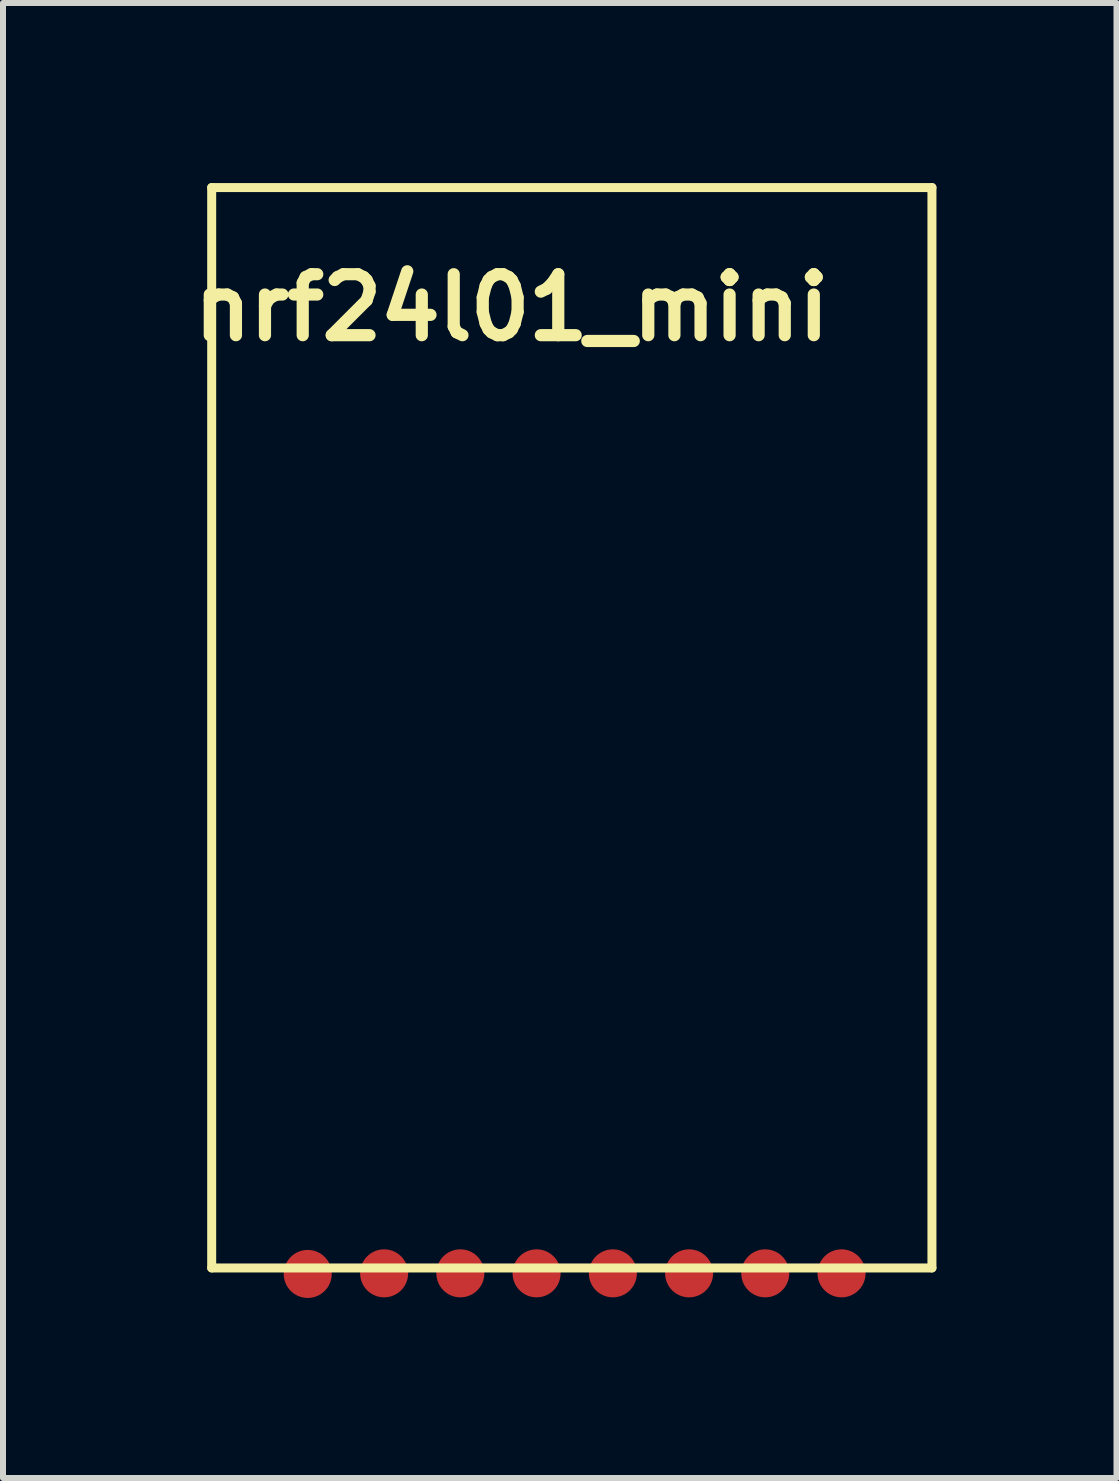
<source format=kicad_pcb>
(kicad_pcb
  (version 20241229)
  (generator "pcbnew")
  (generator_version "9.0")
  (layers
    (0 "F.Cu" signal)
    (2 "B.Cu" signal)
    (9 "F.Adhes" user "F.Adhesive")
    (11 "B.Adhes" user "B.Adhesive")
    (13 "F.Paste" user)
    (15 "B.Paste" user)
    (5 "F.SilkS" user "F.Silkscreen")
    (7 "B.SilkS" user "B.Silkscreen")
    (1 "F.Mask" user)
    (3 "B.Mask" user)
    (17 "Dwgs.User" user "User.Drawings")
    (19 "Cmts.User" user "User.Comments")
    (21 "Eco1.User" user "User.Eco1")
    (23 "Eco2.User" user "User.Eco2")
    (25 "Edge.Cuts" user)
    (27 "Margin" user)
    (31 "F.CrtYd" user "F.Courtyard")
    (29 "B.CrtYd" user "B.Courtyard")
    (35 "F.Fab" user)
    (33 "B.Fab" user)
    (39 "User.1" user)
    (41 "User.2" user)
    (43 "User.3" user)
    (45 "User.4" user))
  (footprint "nrf24l01_mini"
    (layer "F.Cu")
    (at 4.777 9.075)
    (property "Reference" "nrf24l01_mini" (at 0.7 -7 0) (layer "F.SilkS") (effects (font (size 1.016 1.016) (thickness 0.203))))
    (attr through_hole)
    (fp_line (start -4.3 -9) (end 7.7 -9) (stroke (width 0.15) (type solid)) (layer "F.SilkS"))
    (fp_line (start -4.3 9) (end -4.3 -9) (stroke (width 0.15) (type solid)) (layer "F.SilkS"))
    (fp_line (start 7.7 -9) (end 7.7 9) (stroke (width 0.15) (type solid)) (layer "F.SilkS"))
    (fp_line (start 7.7 9) (end -4.3 9) (stroke (width 0.15) (type solid)) (layer "F.SilkS"))
    (pad "1" smd circle (at -2.7 9.1) (size 0.8 0.8) (layers "F.Cu" "F.Mask" "F.Paste"))
    (pad "2" smd circle (at -1.427 9.09) (size 0.8 0.8) (layers "F.Cu" "F.Mask" "F.Paste"))
    (pad "3" smd circle (at -0.157 9.09) (size 0.8 0.8) (layers "F.Cu" "F.Mask" "F.Paste"))
    (pad "4" smd circle (at 1.113 9.09) (size 0.8 0.8) (layers "F.Cu" "F.Mask" "F.Paste"))
    (pad "5" smd circle (at 2.384 9.09) (size 0.8 0.8) (layers "F.Cu" "F.Mask" "F.Paste"))
    (pad "6" smd circle (at 3.654 9.09) (size 0.8 0.8) (layers "F.Cu" "F.Mask" "F.Paste"))
    (pad "7" smd circle (at 4.923 9.09) (size 0.8 0.8) (layers "F.Cu" "F.Mask" "F.Paste"))
    (pad "8" smd circle (at 6.194 9.09) (size 0.8 0.8) (layers "F.Cu" "F.Mask" "F.Paste")))
  (gr_rect
    (start -3 -3)
    (end 15.552 21.575)
    (stroke (width 0.1) (type default))
    (fill no)
    (layer "Edge.Cuts")))
</source>
